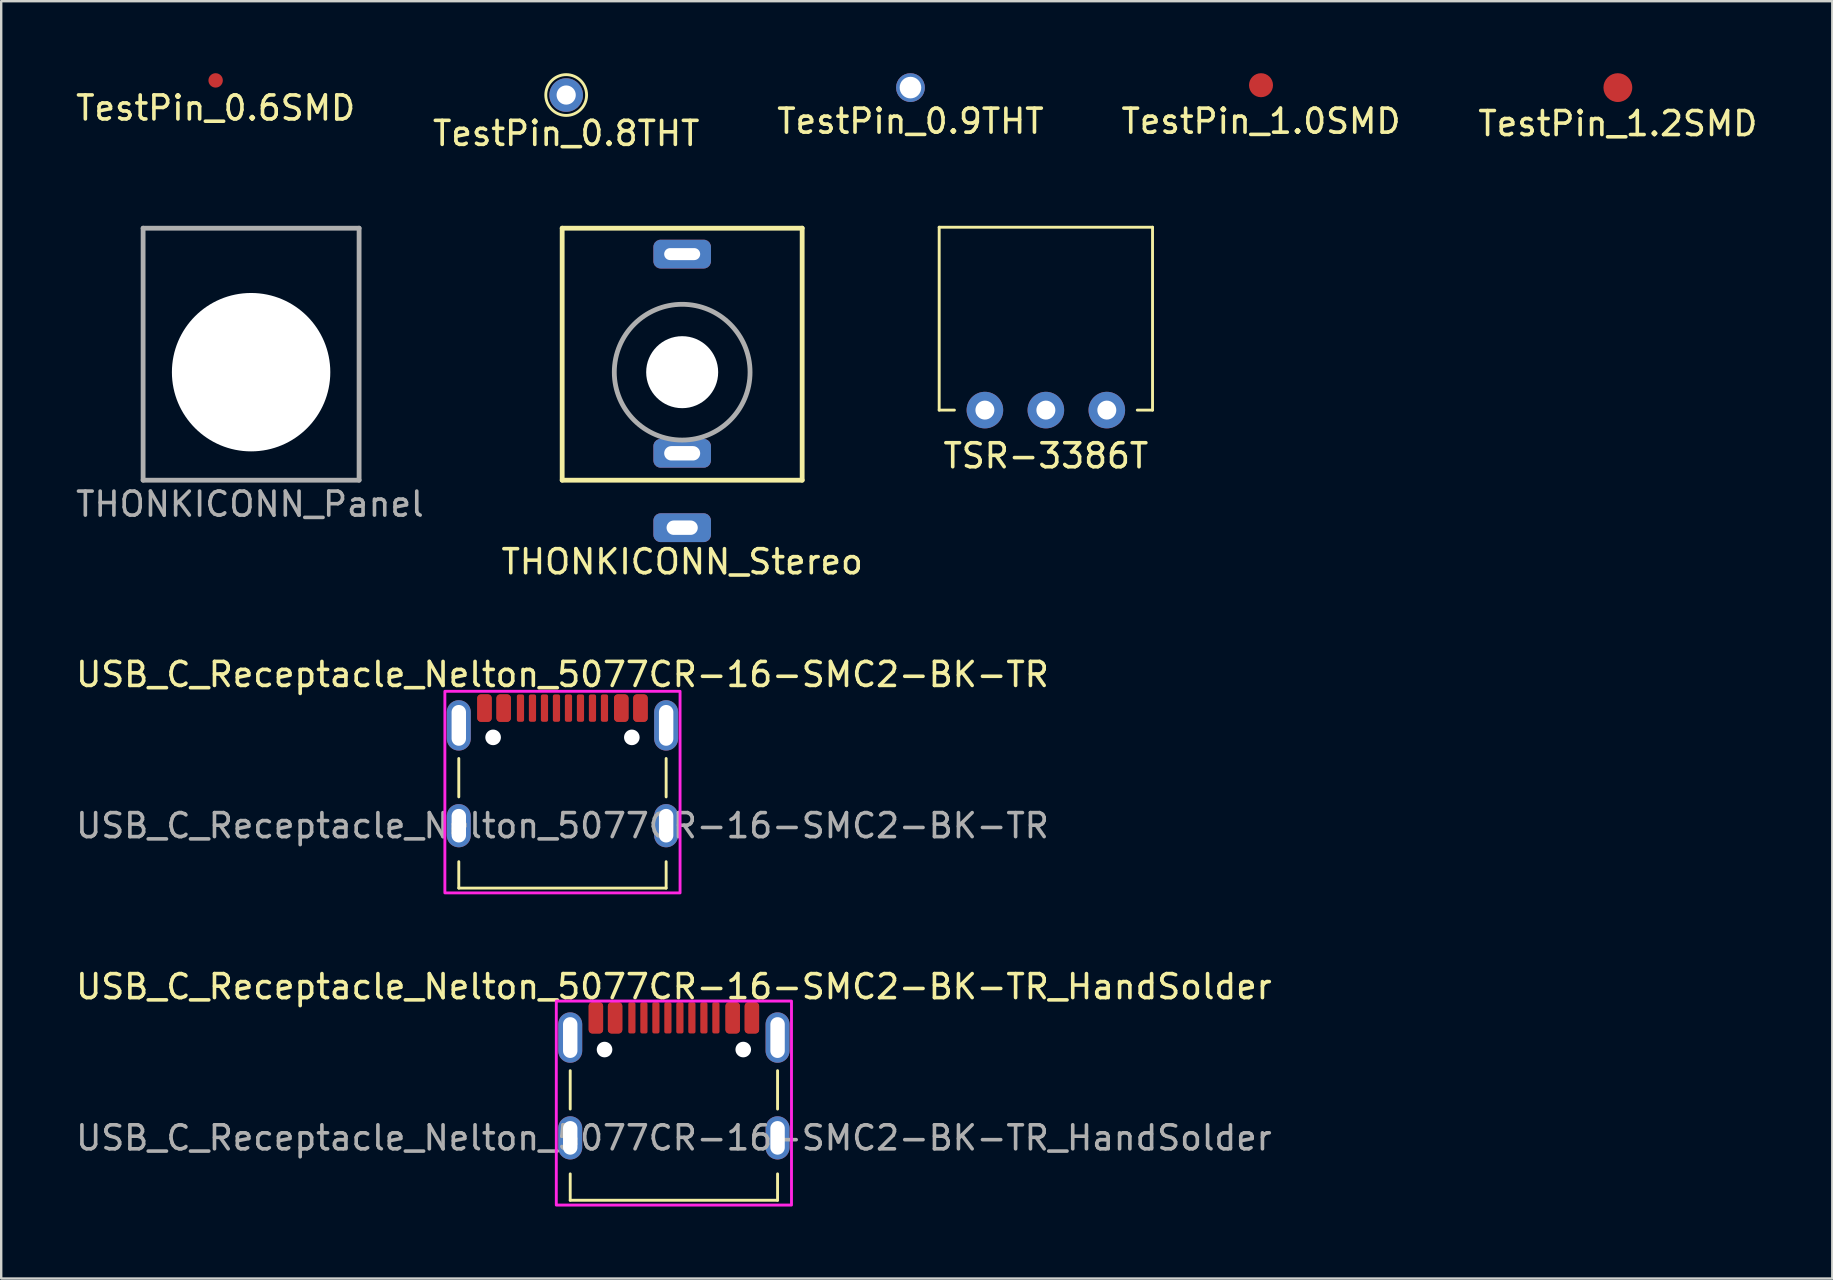
<source format=kicad_pcb>
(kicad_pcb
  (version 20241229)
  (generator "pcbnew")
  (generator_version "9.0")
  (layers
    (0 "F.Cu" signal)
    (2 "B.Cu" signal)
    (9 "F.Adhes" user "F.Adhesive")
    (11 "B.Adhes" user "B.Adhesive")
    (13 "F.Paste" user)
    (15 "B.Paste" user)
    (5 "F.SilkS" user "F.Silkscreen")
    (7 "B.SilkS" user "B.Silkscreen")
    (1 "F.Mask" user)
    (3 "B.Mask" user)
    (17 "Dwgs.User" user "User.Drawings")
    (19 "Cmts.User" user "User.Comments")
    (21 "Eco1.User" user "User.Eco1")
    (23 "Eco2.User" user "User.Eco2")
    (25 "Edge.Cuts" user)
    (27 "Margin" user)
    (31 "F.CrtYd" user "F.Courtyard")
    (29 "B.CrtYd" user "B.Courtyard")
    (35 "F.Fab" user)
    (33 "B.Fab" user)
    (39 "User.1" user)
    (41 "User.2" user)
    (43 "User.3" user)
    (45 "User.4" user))
  (footprint "USB_C_Receptacle_Nelton_5077CR-16-SMC2-BK-TR_HandSolder"
    (layer "F.Cu")
    (at 25.03 44.363)
    (property "Reference" "USB_C_Receptacle_Nelton_5077CR-16-SMC2-BK-TR_HandSolder" (at 0 -6.3 0) (layer "F.SilkS") (effects (font (size 1 1) (thickness 0.15))))
    (attr smd)
    (fp_line (start -4.32 -2.8) (end -4.32 -1.2) (stroke (width 0.12) (type solid)) (layer "F.SilkS"))
    (fp_line (start -4.32 1.5) (end -4.32 2.6) (stroke (width 0.12) (type solid)) (layer "F.SilkS"))
    (fp_line (start -4.32 2.6) (end 4.32 2.6) (stroke (width 0.12) (type solid)) (layer "F.SilkS"))
    (fp_line (start 4.32 -2.8) (end 4.32 -1.2) (stroke (width 0.12) (type solid)) (layer "F.SilkS"))
    (fp_line (start 4.32 1.5) (end 4.32 2.6) (stroke (width 0.12) (type solid)) (layer "F.SilkS"))
    (fp_rect (start -4.9 -5.7) (end 4.9 2.8) (stroke (width 0.12) (type solid)) (fill no) (layer "F.CrtYd"))
    (fp_text user "${REFERENCE}" (at 0 0 0) (layer "F.Fab") (effects (font (size 1 1) (thickness 0.15))))
    (pad "" np_thru_hole circle (at -2.89 -3.68) (size 0.65 0.65) (drill 0.65) (layers "*.Cu" "*.Mask"))
    (pad "" np_thru_hole circle (at 2.89 -3.68) (size 0.65 0.65) (drill 0.65) (layers "*.Cu" "*.Mask"))
    (pad "A1" smd roundrect (at -3.25 -5) (size 0.6 1.3) (layers "F.Cu" "F.Mask" "F.Paste") (roundrect_rratio 0.25))
    (pad "A4" smd roundrect (at -2.45 -5) (size 0.6 1.3) (layers "F.Cu" "F.Mask" "F.Paste") (roundrect_rratio 0.25))
    (pad "A5" smd roundrect (at -1.25 -5) (size 0.3 1.3) (layers "F.Cu" "F.Mask" "F.Paste") (roundrect_rratio 0.25))
    (pad "A6" smd roundrect (at -0.25 -5) (size 0.3 1.3) (layers "F.Cu" "F.Mask" "F.Paste") (roundrect_rratio 0.25))
    (pad "A7" smd roundrect (at 0.25 -5) (size 0.3 1.3) (layers "F.Cu" "F.Mask" "F.Paste") (roundrect_rratio 0.25))
    (pad "A8" smd roundrect (at 1.25 -5) (size 0.3 1.3) (layers "F.Cu" "F.Mask" "F.Paste") (roundrect_rratio 0.25))
    (pad "A9" smd roundrect (at 2.45 -5) (size 0.6 1.3) (layers "F.Cu" "F.Mask" "F.Paste") (roundrect_rratio 0.25))
    (pad "A12" smd roundrect (at 3.25 -5) (size 0.6 1.3) (layers "F.Cu" "F.Mask" "F.Paste") (roundrect_rratio 0.25))
    (pad "B1" smd roundrect (at 3.25 -5) (size 0.6 1.3) (layers "F.Cu" "F.Mask" "F.Paste") (roundrect_rratio 0.25))
    (pad "B4" smd roundrect (at 2.45 -5) (size 0.6 1.3) (layers "F.Cu" "F.Mask" "F.Paste") (roundrect_rratio 0.25))
    (pad "B5" smd roundrect (at 1.75 -5) (size 0.3 1.3) (layers "F.Cu" "F.Mask" "F.Paste") (roundrect_rratio 0.25))
    (pad "B6" smd roundrect (at 0.75 -5) (size 0.3 1.3) (layers "F.Cu" "F.Mask" "F.Paste") (roundrect_rratio 0.25))
    (pad "B7" smd roundrect (at -0.75 -5) (size 0.3 1.3) (layers "F.Cu" "F.Mask" "F.Paste") (roundrect_rratio 0.25))
    (pad "B8" smd roundrect (at -1.75 -5) (size 0.3 1.3) (layers "F.Cu" "F.Mask" "F.Paste") (roundrect_rratio 0.25))
    (pad "B9" smd roundrect (at -2.45 -5) (size 0.6 1.3) (layers "F.Cu" "F.Mask" "F.Paste") (roundrect_rratio 0.25))
    (pad "B12" smd roundrect (at -3.25 -5) (size 0.6 1.3) (layers "F.Cu" "F.Mask" "F.Paste") (roundrect_rratio 0.25))
    (pad "S1" thru_hole oval (at -4.32 -4.18) (size 1 2.1) (drill oval 0.6 1.7) (layers "*.Cu" "*.Mask"))
    (pad "S1" thru_hole oval (at -4.32 0) (size 1 1.8) (drill oval 0.6 1.4) (layers "*.Cu" "*.Mask"))
    (pad "S1" thru_hole oval (at 4.32 -4.18) (size 1 2.1) (drill oval 0.6 1.7) (layers "*.Cu" "*.Mask"))
    (pad "S1" thru_hole oval (at 4.32 0) (size 1 1.8) (drill oval 0.6 1.4) (layers "*.Cu" "*.Mask")))
  (footprint "TestPin_1.2SMD"
    (layer "F.Cu")
    (at 64.363 0.6)
    (property "Reference" "TestPin_1.2SMD" (at 0 1.5 0) (layer "F.SilkS") (effects (font (size 1 1) (thickness 0.15))))
    (attr smd)
    (pad "1" smd circle (at 0 0) (size 1.2 1.2) (layers "F.Cu" "F.Mask" "F.Paste")))
  (footprint "THONKICONN_Stereo"
    (layer "F.Cu")
    (at 25.375 12.458)
    (property "Reference" "THONKICONN_Stereo" (at 0 7.9 0) (layer "F.SilkS") (effects (font (size 1 1) (thickness 0.15))))
    (attr through_hole)
    (fp_line (start -5 -6) (end -5 4.5) (stroke (width 0.2) (type solid)) (layer "F.SilkS"))
    (fp_line (start -5 4.5) (end 5 4.5) (stroke (width 0.2) (type solid)) (layer "F.SilkS"))
    (fp_line (start 5 -6) (end -5 -6) (stroke (width 0.2) (type solid)) (layer "F.SilkS"))
    (fp_line (start 5 4.5) (end 5 -6) (stroke (width 0.2) (type solid)) (layer "F.SilkS"))
    (fp_circle (center 0 0) (end -2 -2) (stroke (width 0.2) (type solid)) (fill no) (layer "F.Fab"))
    (pad "" np_thru_hole circle (at 0 0) (size 3 3) (drill 3) (layers "*.Cu" "*.Mask"))
    (pad "1" thru_hole roundrect (at 0 6.48) (size 2.4 1.2) (drill oval 1.3 0.6) (layers "*.Cu" "*.Mask") (roundrect_rratio 0.25))
    (pad "2" thru_hole roundrect (at 0 3.38) (size 2.4 1.2) (drill oval 1.5 0.6) (layers "*.Cu" "*.Mask") (roundrect_rratio 0.25))
    (pad "3" thru_hole roundrect (at 0 -4.92) (size 2.4 1.2) (drill oval 1.5 0.5) (layers "*.Cu" "*.Mask") (roundrect_rratio 0.25)))
  (footprint "TestPin_0.8THT"
    (layer "F.Cu")
    (at 20.542 0.91)
    (property "Reference" "TestPin_0.8THT" (at 0 1.6 0) (layer "F.SilkS") (effects (font (size 1 1) (thickness 0.15))))
    (attr through_hole)
    (fp_circle (center 0 0) (end 0.85 0) (stroke (width 0.12) (type solid)) (fill no) (layer "F.SilkS"))
    (pad "1" thru_hole circle (at 0 0) (size 1.4 1.4) (drill 0.8) (layers "*.Cu" "*.Mask")))
  (footprint "THONKICONN_Panel"
    (layer "F.Cu")
    (at 7.413 12.458)
    (property "Reference" "THONKICONN_Panel" (at -0.05 5.5 0) (layer "F.Fab") (effects (font (size 1 1) (thickness 0.15))))
    (attr through_hole)
    (fp_line (start -4.5 -6) (end -4.5 4.5) (stroke (width 0.2) (type solid)) (layer "F.Fab"))
    (fp_line (start -4.5 4.5) (end 4.5 4.5) (stroke (width 0.2) (type solid)) (layer "F.Fab"))
    (fp_line (start 4.5 -6) (end -4.5 -6) (stroke (width 0.2) (type solid)) (layer "F.Fab"))
    (fp_line (start 4.5 4.5) (end 4.5 -6) (stroke (width 0.2) (type solid)) (layer "F.Fab"))
    (fp_circle (center 0 0) (end -2 -2) (stroke (width 0.2) (type solid)) (fill no) (layer "F.Fab"))
    (pad "" np_thru_hole circle (at 0 0) (size 6.6 6.6) (drill 6.6) (layers "*.Cu" "*.Mask")))
  (footprint "USB_C_Receptacle_Nelton_5077CR-16-SMC2-BK-TR"
    (layer "F.Cu")
    (at 20.387 31.355)
    (property "Reference" "USB_C_Receptacle_Nelton_5077CR-16-SMC2-BK-TR" (at 0 -6.3 0) (layer "F.SilkS") (effects (font (size 1 1) (thickness 0.15))))
    (attr smd)
    (fp_line (start -4.32 -2.8) (end -4.32 -1.2) (stroke (width 0.12) (type solid)) (layer "F.SilkS"))
    (fp_line (start -4.32 1.5) (end -4.32 2.6) (stroke (width 0.12) (type solid)) (layer "F.SilkS"))
    (fp_line (start -4.32 2.6) (end 4.32 2.6) (stroke (width 0.12) (type solid)) (layer "F.SilkS"))
    (fp_line (start 4.32 -2.8) (end 4.32 -1.2) (stroke (width 0.12) (type solid)) (layer "F.SilkS"))
    (fp_line (start 4.32 1.5) (end 4.32 2.6) (stroke (width 0.12) (type solid)) (layer "F.SilkS"))
    (fp_rect (start -4.9 -5.6) (end 4.9 2.8) (stroke (width 0.12) (type solid)) (fill no) (layer "F.CrtYd"))
    (fp_text user "${REFERENCE}" (at 0 0 0) (layer "F.Fab") (effects (font (size 1 1) (thickness 0.15))))
    (pad "" np_thru_hole circle (at -2.89 -3.68) (size 0.65 0.65) (drill 0.65) (layers "*.Cu" "*.Mask"))
    (pad "" np_thru_hole circle (at 2.89 -3.68) (size 0.65 0.65) (drill 0.65) (layers "*.Cu" "*.Mask"))
    (pad "A1" smd roundrect (at -3.25 -4.9) (size 0.6 1.14) (layers "F.Cu" "F.Mask" "F.Paste") (roundrect_rratio 0.25))
    (pad "A4" smd roundrect (at -2.45 -4.9) (size 0.6 1.14) (layers "F.Cu" "F.Mask" "F.Paste") (roundrect_rratio 0.25))
    (pad "A5" smd roundrect (at -1.25 -4.9) (size 0.3 1.14) (layers "F.Cu" "F.Mask" "F.Paste") (roundrect_rratio 0.25))
    (pad "A6" smd roundrect (at -0.25 -4.9) (size 0.3 1.14) (layers "F.Cu" "F.Mask" "F.Paste") (roundrect_rratio 0.25))
    (pad "A7" smd roundrect (at 0.25 -4.9) (size 0.3 1.14) (layers "F.Cu" "F.Mask" "F.Paste") (roundrect_rratio 0.25))
    (pad "A8" smd roundrect (at 1.25 -4.9) (size 0.3 1.14) (layers "F.Cu" "F.Mask" "F.Paste") (roundrect_rratio 0.25))
    (pad "A9" smd roundrect (at 2.45 -4.9) (size 0.6 1.14) (layers "F.Cu" "F.Mask" "F.Paste") (roundrect_rratio 0.25))
    (pad "A12" smd roundrect (at 3.25 -4.9) (size 0.6 1.14) (layers "F.Cu" "F.Mask" "F.Paste") (roundrect_rratio 0.25))
    (pad "B1" smd roundrect (at 3.25 -4.9) (size 0.6 1.14) (layers "F.Cu" "F.Mask" "F.Paste") (roundrect_rratio 0.25))
    (pad "B4" smd roundrect (at 2.45 -4.9) (size 0.6 1.14) (layers "F.Cu" "F.Mask" "F.Paste") (roundrect_rratio 0.25))
    (pad "B5" smd roundrect (at 1.75 -4.9) (size 0.3 1.14) (layers "F.Cu" "F.Mask" "F.Paste") (roundrect_rratio 0.25))
    (pad "B6" smd roundrect (at 0.75 -4.9) (size 0.3 1.14) (layers "F.Cu" "F.Mask" "F.Paste") (roundrect_rratio 0.25))
    (pad "B7" smd roundrect (at -0.75 -4.9) (size 0.3 1.14) (layers "F.Cu" "F.Mask" "F.Paste") (roundrect_rratio 0.25))
    (pad "B8" smd roundrect (at -1.75 -4.9) (size 0.3 1.14) (layers "F.Cu" "F.Mask" "F.Paste") (roundrect_rratio 0.25))
    (pad "B9" smd roundrect (at -2.45 -4.9) (size 0.6 1.14) (layers "F.Cu" "F.Mask" "F.Paste") (roundrect_rratio 0.25))
    (pad "B12" smd roundrect (at -3.25 -4.9) (size 0.6 1.14) (layers "F.Cu" "F.Mask" "F.Paste") (roundrect_rratio 0.25))
    (pad "S1" thru_hole oval (at -4.32 -4.18) (size 1 2.1) (drill oval 0.6 1.7) (layers "*.Cu" "*.Mask"))
    (pad "S1" thru_hole oval (at -4.32 0) (size 1 1.8) (drill oval 0.6 1.4) (layers "*.Cu" "*.Mask"))
    (pad "S1" thru_hole oval (at 4.32 -4.18) (size 1 2.1) (drill oval 0.6 1.7) (layers "*.Cu" "*.Mask"))
    (pad "S1" thru_hole oval (at 4.32 0) (size 1 1.8) (drill oval 0.6 1.4) (layers "*.Cu" "*.Mask")))
  (footprint "TestPin_0.9THT"
    (layer "F.Cu")
    (at 34.887 0.6)
    (property "Reference" "TestPin_0.9THT" (at 0 1.4 0) (layer "F.SilkS") (effects (font (size 1 1) (thickness 0.15))))
    (attr through_hole)
    (pad "1" thru_hole circle (at 0 0) (size 1.2 1.2) (drill 0.9) (layers "*.Cu" "*.Mask")))
  (footprint "TSR-3386T"
    (layer "F.Cu")
    (at 40.529 14.038)
    (property "Reference" "TSR-3386T" (at 0 1.905 0) (layer "F.SilkS") (effects (font (size 1 1) (thickness 0.15))))
    (attr through_hole)
    (fp_line (start -4.445 -7.62) (end 4.445 -7.62) (stroke (width 0.12) (type solid)) (layer "F.SilkS"))
    (fp_line (start -4.445 0) (end -4.445 -7.62) (stroke (width 0.12) (type solid)) (layer "F.SilkS"))
    (fp_line (start -3.81 0) (end -4.445 0) (stroke (width 0.12) (type solid)) (layer "F.SilkS"))
    (fp_line (start 4.445 -7.62) (end 4.445 0) (stroke (width 0.12) (type solid)) (layer "F.SilkS"))
    (fp_line (start 4.445 0) (end 3.81 0) (stroke (width 0.12) (type solid)) (layer "F.SilkS"))
    (pad "1" thru_hole circle (at -2.54 0) (size 1.524 1.524) (drill 0.79) (layers "*.Cu" "*.Mask"))
    (pad "2" thru_hole circle (at 0 0) (size 1.524 1.524) (drill 0.79) (layers "*.Cu" "*.Mask"))
    (pad "3" thru_hole circle (at 2.54 0) (size 1.524 1.524) (drill 0.79) (layers "*.Cu" "*.Mask")))
  (footprint "TestPin_0.6SMD"
    (layer "F.Cu")
    (at 5.935 0.3)
    (property "Reference" "TestPin_0.6SMD" (at 0 1.15 0) (layer "F.SilkS") (effects (font (size 1 1) (thickness 0.15))))
    (attr smd)
    (pad "1" smd circle (at 0 0) (size 0.6 0.6) (layers "F.Cu" "F.Mask")))
  (footprint "TestPin_1.0SMD"
    (layer "F.Cu")
    (at 49.494 0.5)
    (property "Reference" "TestPin_1.0SMD" (at 0 1.5 0) (layer "F.SilkS") (effects (font (size 1 1) (thickness 0.15))))
    (attr smd)
    (pad "1" smd circle (at 0 0) (size 1 1) (layers "F.Cu" "F.Mask" "F.Paste")))
  (gr_rect
    (start -3 -3)
    (end 73.298 50.223)
    (stroke (width 0.1) (type default))
    (fill no)
    (layer "Edge.Cuts")))
</source>
